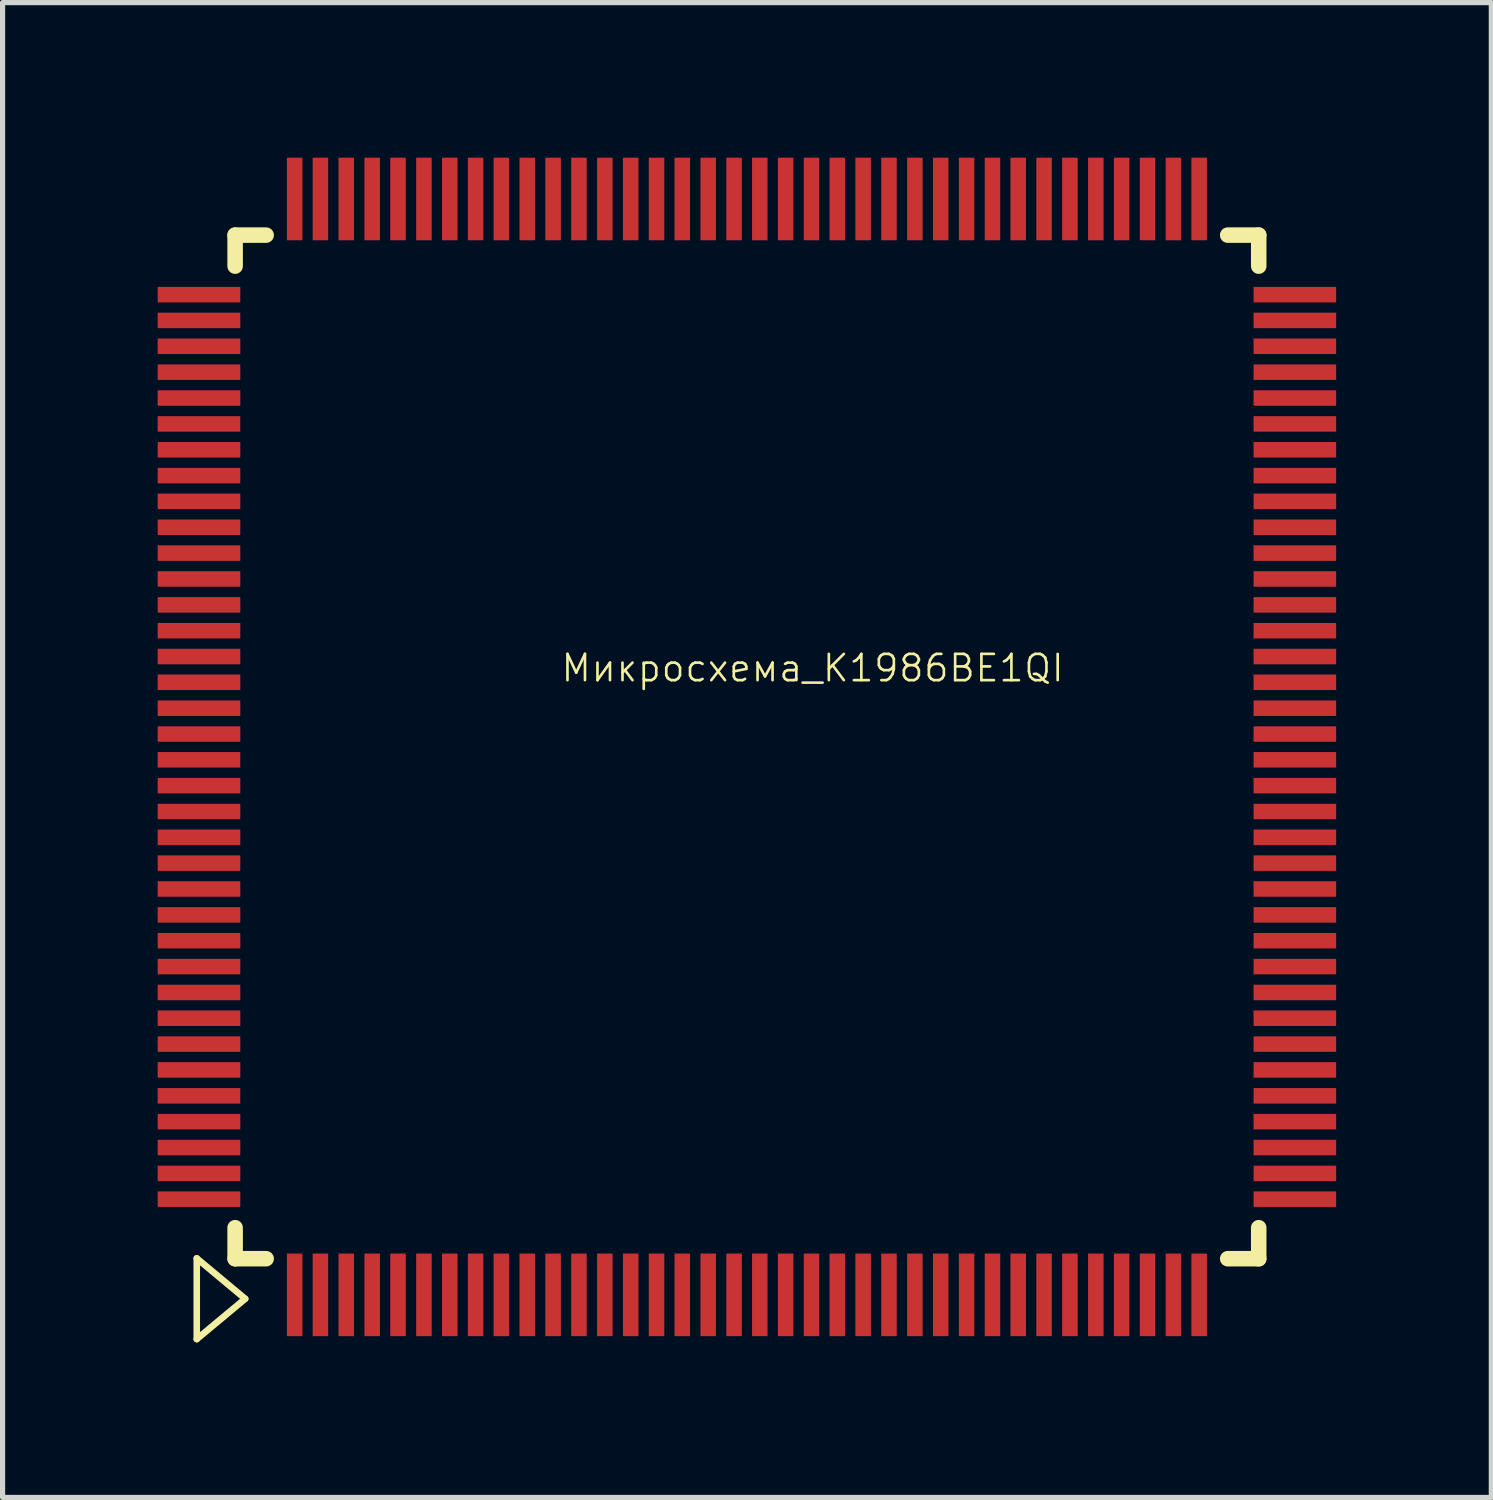
<source format=kicad_pcb>
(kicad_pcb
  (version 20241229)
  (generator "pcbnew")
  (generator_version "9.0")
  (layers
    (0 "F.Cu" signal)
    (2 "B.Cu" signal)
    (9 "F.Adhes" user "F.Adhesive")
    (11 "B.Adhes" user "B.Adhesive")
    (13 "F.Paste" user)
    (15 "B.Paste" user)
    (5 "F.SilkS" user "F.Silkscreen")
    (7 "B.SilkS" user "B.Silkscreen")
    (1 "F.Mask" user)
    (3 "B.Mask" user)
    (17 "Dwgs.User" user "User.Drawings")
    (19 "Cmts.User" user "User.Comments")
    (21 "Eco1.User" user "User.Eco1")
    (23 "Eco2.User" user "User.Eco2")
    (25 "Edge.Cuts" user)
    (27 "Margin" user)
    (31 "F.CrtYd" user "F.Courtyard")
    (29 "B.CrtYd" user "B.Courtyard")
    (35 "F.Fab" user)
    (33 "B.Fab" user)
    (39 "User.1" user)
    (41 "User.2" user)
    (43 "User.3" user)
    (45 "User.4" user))
  (footprint "Микросхема_К1986ВЕ1QI"
    (layer "F.Cu")
    (at 11.398 11.398)
    (property "Reference" "Микросхема_К1986ВЕ1QI" (at 1.27 -1.524 0) (layer "F.SilkS") (effects (font (size 0.508 0.508) (thickness 0.051))))
    (attr smd)
    (fp_line (start -10.642 9.893) (end -10.642 11.455) (stroke (width 0.099) (type solid)) (layer "F.SilkS"))
    (fp_line (start -10.642 9.893) (end -9.705 10.675) (stroke (width 0.099) (type solid)) (layer "F.SilkS"))
    (fp_line (start -10.642 9.893) (end -9.705 10.675) (stroke (width 0.127) (type solid)) (layer "F.SilkS"))
    (fp_line (start -10.642 11.455) (end -10.642 9.893) (stroke (width 0.127) (type solid)) (layer "F.SilkS"))
    (fp_line (start -9.9 -9.9) (end -9.9 -9.3) (stroke (width 0.3) (type solid)) (layer "F.SilkS"))
    (fp_line (start -9.9 -9.9) (end -9.3 -9.9) (stroke (width 0.3) (type solid)) (layer "F.SilkS"))
    (fp_line (start -9.9 9.9) (end -9.9 9.3) (stroke (width 0.3) (type solid)) (layer "F.SilkS"))
    (fp_line (start -9.9 9.9) (end -9.3 9.9) (stroke (width 0.3) (type solid)) (layer "F.SilkS"))
    (fp_line (start -9.705 10.675) (end -10.642 11.455) (stroke (width 0.099) (type solid)) (layer "F.SilkS"))
    (fp_line (start -9.705 10.675) (end -10.642 11.455) (stroke (width 0.127) (type solid)) (layer "F.SilkS"))
    (fp_line (start 9.9 -9.9) (end 9.3 -9.9) (stroke (width 0.3) (type solid)) (layer "F.SilkS"))
    (fp_line (start 9.9 -9.9) (end 9.9 -9.3) (stroke (width 0.3) (type solid)) (layer "F.SilkS"))
    (fp_line (start 9.9 9.9) (end 9.3 9.9) (stroke (width 0.3) (type solid)) (layer "F.SilkS"))
    (fp_line (start 9.9 9.9) (end 9.9 9.3) (stroke (width 0.3) (type solid)) (layer "F.SilkS"))
    (pad "1" smd rect (at -8.748 10.599) (size 0.3 1.598) (layers "F.Cu" "F.Mask" "F.Paste"))
    (pad "2" smd rect (at -8.25 10.599) (size 0.3 1.598) (layers "F.Cu" "F.Mask" "F.Paste"))
    (pad "3" smd rect (at -7.75 10.599) (size 0.3 1.598) (layers "F.Cu" "F.Mask" "F.Paste"))
    (pad "4" smd rect (at -7.249 10.599) (size 0.3 1.598) (layers "F.Cu" "F.Mask" "F.Paste"))
    (pad "5" smd rect (at -6.749 10.599) (size 0.3 1.598) (layers "F.Cu" "F.Mask" "F.Paste"))
    (pad "6" smd rect (at -6.248 10.599) (size 0.3 1.598) (layers "F.Cu" "F.Mask" "F.Paste"))
    (pad "7" smd rect (at -5.748 10.599) (size 0.3 1.598) (layers "F.Cu" "F.Mask" "F.Paste"))
    (pad "8" smd rect (at -5.248 10.599) (size 0.3 1.598) (layers "F.Cu" "F.Mask" "F.Paste"))
    (pad "9" smd rect (at -4.75 10.599) (size 0.3 1.598) (layers "F.Cu" "F.Mask" "F.Paste"))
    (pad "10" smd rect (at -4.249 10.599) (size 0.3 1.598) (layers "F.Cu" "F.Mask" "F.Paste"))
    (pad "11" smd rect (at -3.749 10.599) (size 0.3 1.598) (layers "F.Cu" "F.Mask" "F.Paste"))
    (pad "12" smd rect (at -3.249 10.599) (size 0.3 1.598) (layers "F.Cu" "F.Mask" "F.Paste"))
    (pad "13" smd rect (at -2.748 10.599) (size 0.3 1.598) (layers "F.Cu" "F.Mask" "F.Paste"))
    (pad "14" smd rect (at -2.248 10.599) (size 0.3 1.598) (layers "F.Cu" "F.Mask" "F.Paste"))
    (pad "15" smd rect (at -1.748 10.599) (size 0.3 1.598) (layers "F.Cu" "F.Mask" "F.Paste"))
    (pad "16" smd rect (at -1.25 10.599) (size 0.3 1.598) (layers "F.Cu" "F.Mask" "F.Paste"))
    (pad "17" smd rect (at -0.749 10.599) (size 0.3 1.598) (layers "F.Cu" "F.Mask" "F.Paste"))
    (pad "18" smd rect (at -0.249 10.599) (size 0.3 1.598) (layers "F.Cu" "F.Mask" "F.Paste"))
    (pad "19" smd rect (at 0.249 10.599) (size 0.3 1.598) (layers "F.Cu" "F.Mask" "F.Paste"))
    (pad "20" smd rect (at 0.749 10.599) (size 0.3 1.598) (layers "F.Cu" "F.Mask" "F.Paste"))
    (pad "21" smd rect (at 1.25 10.599) (size 0.3 1.598) (layers "F.Cu" "F.Mask" "F.Paste"))
    (pad "22" smd rect (at 1.748 10.599) (size 0.3 1.598) (layers "F.Cu" "F.Mask" "F.Paste"))
    (pad "23" smd rect (at 2.248 10.599) (size 0.3 1.598) (layers "F.Cu" "F.Mask" "F.Paste"))
    (pad "24" smd rect (at 2.748 10.599) (size 0.3 1.598) (layers "F.Cu" "F.Mask" "F.Paste"))
    (pad "25" smd rect (at 3.249 10.599) (size 0.3 1.598) (layers "F.Cu" "F.Mask" "F.Paste"))
    (pad "26" smd rect (at 3.749 10.599) (size 0.3 1.598) (layers "F.Cu" "F.Mask" "F.Paste"))
    (pad "27" smd rect (at 4.249 10.599) (size 0.3 1.598) (layers "F.Cu" "F.Mask" "F.Paste"))
    (pad "28" smd rect (at 4.75 10.599) (size 0.3 1.598) (layers "F.Cu" "F.Mask" "F.Paste"))
    (pad "29" smd rect (at 5.248 10.599) (size 0.3 1.598) (layers "F.Cu" "F.Mask" "F.Paste"))
    (pad "30" smd rect (at 5.748 10.599) (size 0.3 1.598) (layers "F.Cu" "F.Mask" "F.Paste"))
    (pad "31" smd rect (at 6.248 10.599) (size 0.3 1.598) (layers "F.Cu" "F.Mask" "F.Paste"))
    (pad "32" smd rect (at 6.749 10.599) (size 0.3 1.598) (layers "F.Cu" "F.Mask" "F.Paste"))
    (pad "33" smd rect (at 7.249 10.599) (size 0.3 1.598) (layers "F.Cu" "F.Mask" "F.Paste"))
    (pad "34" smd rect (at 7.75 10.599) (size 0.3 1.598) (layers "F.Cu" "F.Mask" "F.Paste"))
    (pad "35" smd rect (at 8.25 10.599) (size 0.3 1.598) (layers "F.Cu" "F.Mask" "F.Paste"))
    (pad "36" smd rect (at 8.748 10.599) (size 0.3 1.598) (layers "F.Cu" "F.Mask" "F.Paste"))
    (pad "37" smd rect (at 10.599 8.748) (size 1.598 0.3) (layers "F.Cu" "F.Mask" "F.Paste"))
    (pad "38" smd rect (at 10.599 8.25) (size 1.598 0.3) (layers "F.Cu" "F.Mask" "F.Paste"))
    (pad "39" smd rect (at 10.599 7.75) (size 1.598 0.3) (layers "F.Cu" "F.Mask" "F.Paste"))
    (pad "40" smd rect (at 10.599 7.249) (size 1.598 0.3) (layers "F.Cu" "F.Mask" "F.Paste"))
    (pad "41" smd rect (at 10.599 6.749) (size 1.598 0.3) (layers "F.Cu" "F.Mask" "F.Paste"))
    (pad "42" smd rect (at 10.599 6.248) (size 1.598 0.3) (layers "F.Cu" "F.Mask" "F.Paste"))
    (pad "43" smd rect (at 10.599 5.748) (size 1.598 0.3) (layers "F.Cu" "F.Mask" "F.Paste"))
    (pad "44" smd rect (at 10.599 5.248) (size 1.598 0.3) (layers "F.Cu" "F.Mask" "F.Paste"))
    (pad "45" smd rect (at 10.599 4.75) (size 1.598 0.3) (layers "F.Cu" "F.Mask" "F.Paste"))
    (pad "46" smd rect (at 10.599 4.249) (size 1.598 0.3) (layers "F.Cu" "F.Mask" "F.Paste"))
    (pad "47" smd rect (at 10.599 3.749) (size 1.598 0.3) (layers "F.Cu" "F.Mask" "F.Paste"))
    (pad "48" smd rect (at 10.599 3.249) (size 1.598 0.3) (layers "F.Cu" "F.Mask" "F.Paste"))
    (pad "49" smd rect (at 10.599 2.748) (size 1.598 0.3) (layers "F.Cu" "F.Mask" "F.Paste"))
    (pad "50" smd rect (at 10.599 2.248) (size 1.598 0.3) (layers "F.Cu" "F.Mask" "F.Paste"))
    (pad "51" smd rect (at 10.599 1.748) (size 1.598 0.3) (layers "F.Cu" "F.Mask" "F.Paste"))
    (pad "52" smd rect (at 10.599 1.25) (size 1.598 0.3) (layers "F.Cu" "F.Mask" "F.Paste"))
    (pad "53" smd rect (at 10.599 0.749) (size 1.598 0.3) (layers "F.Cu" "F.Mask" "F.Paste"))
    (pad "54" smd rect (at 10.599 0.249) (size 1.598 0.3) (layers "F.Cu" "F.Mask" "F.Paste"))
    (pad "55" smd rect (at 10.599 -0.249) (size 1.598 0.3) (layers "F.Cu" "F.Mask" "F.Paste"))
    (pad "56" smd rect (at 10.599 -0.749) (size 1.598 0.3) (layers "F.Cu" "F.Mask" "F.Paste"))
    (pad "57" smd rect (at 10.599 -1.25) (size 1.598 0.3) (layers "F.Cu" "F.Mask" "F.Paste"))
    (pad "58" smd rect (at 10.599 -1.748) (size 1.598 0.3) (layers "F.Cu" "F.Mask" "F.Paste"))
    (pad "59" smd rect (at 10.599 -2.248) (size 1.598 0.3) (layers "F.Cu" "F.Mask" "F.Paste"))
    (pad "60" smd rect (at 10.599 -2.748) (size 1.598 0.3) (layers "F.Cu" "F.Mask" "F.Paste"))
    (pad "61" smd rect (at 10.599 -3.249) (size 1.598 0.3) (layers "F.Cu" "F.Mask" "F.Paste"))
    (pad "62" smd rect (at 10.599 -3.749) (size 1.598 0.3) (layers "F.Cu" "F.Mask" "F.Paste"))
    (pad "63" smd rect (at 10.599 -4.249) (size 1.598 0.3) (layers "F.Cu" "F.Mask" "F.Paste"))
    (pad "64" smd rect (at 10.599 -4.75) (size 1.598 0.3) (layers "F.Cu" "F.Mask" "F.Paste"))
    (pad "65" smd rect (at 10.599 -5.248) (size 1.598 0.3) (layers "F.Cu" "F.Mask" "F.Paste"))
    (pad "66" smd rect (at 10.599 -5.748) (size 1.598 0.3) (layers "F.Cu" "F.Mask" "F.Paste"))
    (pad "67" smd rect (at 10.599 -6.248) (size 1.598 0.3) (layers "F.Cu" "F.Mask" "F.Paste"))
    (pad "68" smd rect (at 10.599 -6.749) (size 1.598 0.3) (layers "F.Cu" "F.Mask" "F.Paste"))
    (pad "69" smd rect (at 10.599 -7.249) (size 1.598 0.3) (layers "F.Cu" "F.Mask" "F.Paste"))
    (pad "70" smd rect (at 10.599 -7.75) (size 1.598 0.3) (layers "F.Cu" "F.Mask" "F.Paste"))
    (pad "71" smd rect (at 10.599 -8.25) (size 1.598 0.3) (layers "F.Cu" "F.Mask" "F.Paste"))
    (pad "72" smd rect (at 10.599 -8.748) (size 1.598 0.3) (layers "F.Cu" "F.Mask" "F.Paste"))
    (pad "73" smd rect (at 8.748 -10.599) (size 0.3 1.598) (layers "F.Cu" "F.Mask" "F.Paste"))
    (pad "74" smd rect (at 8.25 -10.599) (size 0.3 1.598) (layers "F.Cu" "F.Mask" "F.Paste"))
    (pad "75" smd rect (at 7.75 -10.599) (size 0.3 1.598) (layers "F.Cu" "F.Mask" "F.Paste"))
    (pad "76" smd rect (at 7.249 -10.599) (size 0.3 1.598) (layers "F.Cu" "F.Mask" "F.Paste"))
    (pad "77" smd rect (at 6.749 -10.599) (size 0.3 1.598) (layers "F.Cu" "F.Mask" "F.Paste"))
    (pad "78" smd rect (at 6.248 -10.599) (size 0.3 1.598) (layers "F.Cu" "F.Mask" "F.Paste"))
    (pad "79" smd rect (at 5.748 -10.599) (size 0.3 1.598) (layers "F.Cu" "F.Mask" "F.Paste"))
    (pad "80" smd rect (at 5.248 -10.599) (size 0.3 1.598) (layers "F.Cu" "F.Mask" "F.Paste"))
    (pad "81" smd rect (at 4.75 -10.599) (size 0.3 1.598) (layers "F.Cu" "F.Mask" "F.Paste"))
    (pad "82" smd rect (at 4.249 -10.599) (size 0.3 1.598) (layers "F.Cu" "F.Mask" "F.Paste"))
    (pad "83" smd rect (at 3.749 -10.599) (size 0.3 1.598) (layers "F.Cu" "F.Mask" "F.Paste"))
    (pad "84" smd rect (at 3.249 -10.599) (size 0.3 1.598) (layers "F.Cu" "F.Mask" "F.Paste"))
    (pad "85" smd rect (at 2.748 -10.599) (size 0.3 1.598) (layers "F.Cu" "F.Mask" "F.Paste"))
    (pad "86" smd rect (at 2.248 -10.599) (size 0.3 1.598) (layers "F.Cu" "F.Mask" "F.Paste"))
    (pad "87" smd rect (at 1.748 -10.599) (size 0.3 1.598) (layers "F.Cu" "F.Mask" "F.Paste"))
    (pad "88" smd rect (at 1.25 -10.599) (size 0.3 1.598) (layers "F.Cu" "F.Mask" "F.Paste"))
    (pad "89" smd rect (at 0.749 -10.599) (size 0.3 1.598) (layers "F.Cu" "F.Mask" "F.Paste"))
    (pad "90" smd rect (at 0.249 -10.599) (size 0.3 1.598) (layers "F.Cu" "F.Mask" "F.Paste"))
    (pad "91" smd rect (at -0.249 -10.599) (size 0.3 1.598) (layers "F.Cu" "F.Mask" "F.Paste"))
    (pad "92" smd rect (at -0.749 -10.599) (size 0.3 1.598) (layers "F.Cu" "F.Mask" "F.Paste"))
    (pad "93" smd rect (at -1.25 -10.599) (size 0.3 1.598) (layers "F.Cu" "F.Mask" "F.Paste"))
    (pad "94" smd rect (at -1.748 -10.599) (size 0.3 1.598) (layers "F.Cu" "F.Mask" "F.Paste"))
    (pad "95" smd rect (at -2.248 -10.599) (size 0.3 1.598) (layers "F.Cu" "F.Mask" "F.Paste"))
    (pad "96" smd rect (at -2.748 -10.599) (size 0.3 1.598) (layers "F.Cu" "F.Mask" "F.Paste"))
    (pad "97" smd rect (at -3.249 -10.599) (size 0.3 1.598) (layers "F.Cu" "F.Mask" "F.Paste"))
    (pad "98" smd rect (at -3.749 -10.599) (size 0.3 1.598) (layers "F.Cu" "F.Mask" "F.Paste"))
    (pad "99" smd rect (at -4.249 -10.599) (size 0.3 1.598) (layers "F.Cu" "F.Mask" "F.Paste"))
    (pad "100" smd rect (at -4.75 -10.599) (size 0.3 1.598) (layers "F.Cu" "F.Mask" "F.Paste"))
    (pad "101" smd rect (at -5.248 -10.599) (size 0.3 1.598) (layers "F.Cu" "F.Mask" "F.Paste"))
    (pad "102" smd rect (at -5.748 -10.599) (size 0.3 1.598) (layers "F.Cu" "F.Mask" "F.Paste"))
    (pad "103" smd rect (at -6.248 -10.599) (size 0.3 1.598) (layers "F.Cu" "F.Mask" "F.Paste"))
    (pad "104" smd rect (at -6.749 -10.599) (size 0.3 1.598) (layers "F.Cu" "F.Mask" "F.Paste"))
    (pad "105" smd rect (at -7.249 -10.599) (size 0.3 1.598) (layers "F.Cu" "F.Mask" "F.Paste"))
    (pad "106" smd rect (at -7.75 -10.599) (size 0.3 1.598) (layers "F.Cu" "F.Mask" "F.Paste"))
    (pad "107" smd rect (at -8.25 -10.599) (size 0.3 1.598) (layers "F.Cu" "F.Mask" "F.Paste"))
    (pad "108" smd rect (at -8.748 -10.599) (size 0.3 1.598) (layers "F.Cu" "F.Mask" "F.Paste"))
    (pad "109" smd rect (at -10.599 -8.748) (size 1.598 0.3) (layers "F.Cu" "F.Mask" "F.Paste"))
    (pad "110" smd rect (at -10.599 -8.25) (size 1.598 0.3) (layers "F.Cu" "F.Mask" "F.Paste"))
    (pad "111" smd rect (at -10.599 -7.75) (size 1.598 0.3) (layers "F.Cu" "F.Mask" "F.Paste"))
    (pad "112" smd rect (at -10.599 -7.249) (size 1.598 0.3) (layers "F.Cu" "F.Mask" "F.Paste"))
    (pad "113" smd rect (at -10.599 -6.749) (size 1.598 0.3) (layers "F.Cu" "F.Mask" "F.Paste"))
    (pad "114" smd rect (at -10.599 -6.248) (size 1.598 0.3) (layers "F.Cu" "F.Mask" "F.Paste"))
    (pad "115" smd rect (at -10.599 -5.748) (size 1.598 0.3) (layers "F.Cu" "F.Mask" "F.Paste"))
    (pad "116" smd rect (at -10.599 -5.248) (size 1.598 0.3) (layers "F.Cu" "F.Mask" "F.Paste"))
    (pad "117" smd rect (at -10.599 -4.75) (size 1.598 0.3) (layers "F.Cu" "F.Mask" "F.Paste"))
    (pad "118" smd rect (at -10.599 -4.249) (size 1.598 0.3) (layers "F.Cu" "F.Mask" "F.Paste"))
    (pad "119" smd rect (at -10.599 -3.749) (size 1.598 0.3) (layers "F.Cu" "F.Mask" "F.Paste"))
    (pad "120" smd rect (at -10.599 -3.249) (size 1.598 0.3) (layers "F.Cu" "F.Mask" "F.Paste"))
    (pad "121" smd rect (at -10.599 -2.748) (size 1.598 0.3) (layers "F.Cu" "F.Mask" "F.Paste"))
    (pad "122" smd rect (at -10.599 -2.248) (size 1.598 0.3) (layers "F.Cu" "F.Mask" "F.Paste"))
    (pad "123" smd rect (at -10.599 -1.748) (size 1.598 0.3) (layers "F.Cu" "F.Mask" "F.Paste"))
    (pad "124" smd rect (at -10.599 -1.25) (size 1.598 0.3) (layers "F.Cu" "F.Mask" "F.Paste"))
    (pad "125" smd rect (at -10.599 -0.749) (size 1.598 0.3) (layers "F.Cu" "F.Mask" "F.Paste"))
    (pad "126" smd rect (at -10.599 -0.249) (size 1.598 0.3) (layers "F.Cu" "F.Mask" "F.Paste"))
    (pad "127" smd rect (at -10.599 0.249) (size 1.598 0.3) (layers "F.Cu" "F.Mask" "F.Paste"))
    (pad "128" smd rect (at -10.599 0.749) (size 1.598 0.3) (layers "F.Cu" "F.Mask" "F.Paste"))
    (pad "129" smd rect (at -10.599 1.25) (size 1.598 0.3) (layers "F.Cu" "F.Mask" "F.Paste"))
    (pad "130" smd rect (at -10.599 1.748) (size 1.598 0.3) (layers "F.Cu" "F.Mask" "F.Paste"))
    (pad "131" smd rect (at -10.599 2.248) (size 1.598 0.3) (layers "F.Cu" "F.Mask" "F.Paste"))
    (pad "132" smd rect (at -10.599 2.748) (size 1.598 0.3) (layers "F.Cu" "F.Mask" "F.Paste"))
    (pad "133" smd rect (at -10.599 3.249) (size 1.598 0.3) (layers "F.Cu" "F.Mask" "F.Paste"))
    (pad "134" smd rect (at -10.599 3.749) (size 1.598 0.3) (layers "F.Cu" "F.Mask" "F.Paste"))
    (pad "135" smd rect (at -10.599 4.249) (size 1.598 0.3) (layers "F.Cu" "F.Mask" "F.Paste"))
    (pad "136" smd rect (at -10.599 4.75) (size 1.598 0.3) (layers "F.Cu" "F.Mask" "F.Paste"))
    (pad "137" smd rect (at -10.599 5.248) (size 1.598 0.3) (layers "F.Cu" "F.Mask" "F.Paste"))
    (pad "138" smd rect (at -10.599 5.748) (size 1.598 0.3) (layers "F.Cu" "F.Mask" "F.Paste"))
    (pad "139" smd rect (at -10.599 6.248) (size 1.598 0.3) (layers "F.Cu" "F.Mask" "F.Paste"))
    (pad "140" smd rect (at -10.599 6.749) (size 1.598 0.3) (layers "F.Cu" "F.Mask" "F.Paste"))
    (pad "141" smd rect (at -10.599 7.249) (size 1.598 0.3) (layers "F.Cu" "F.Mask" "F.Paste"))
    (pad "142" smd rect (at -10.599 7.75) (size 1.598 0.3) (layers "F.Cu" "F.Mask" "F.Paste"))
    (pad "143" smd rect (at -10.599 8.25) (size 1.598 0.3) (layers "F.Cu" "F.Mask" "F.Paste"))
    (pad "144" smd rect (at -10.599 8.748) (size 1.598 0.3) (layers "F.Cu" "F.Mask" "F.Paste")))
  (gr_rect
    (start -3 -3)
    (end 25.797 25.916)
    (stroke (width 0.1) (type default))
    (fill no)
    (layer "Edge.Cuts")))
</source>
